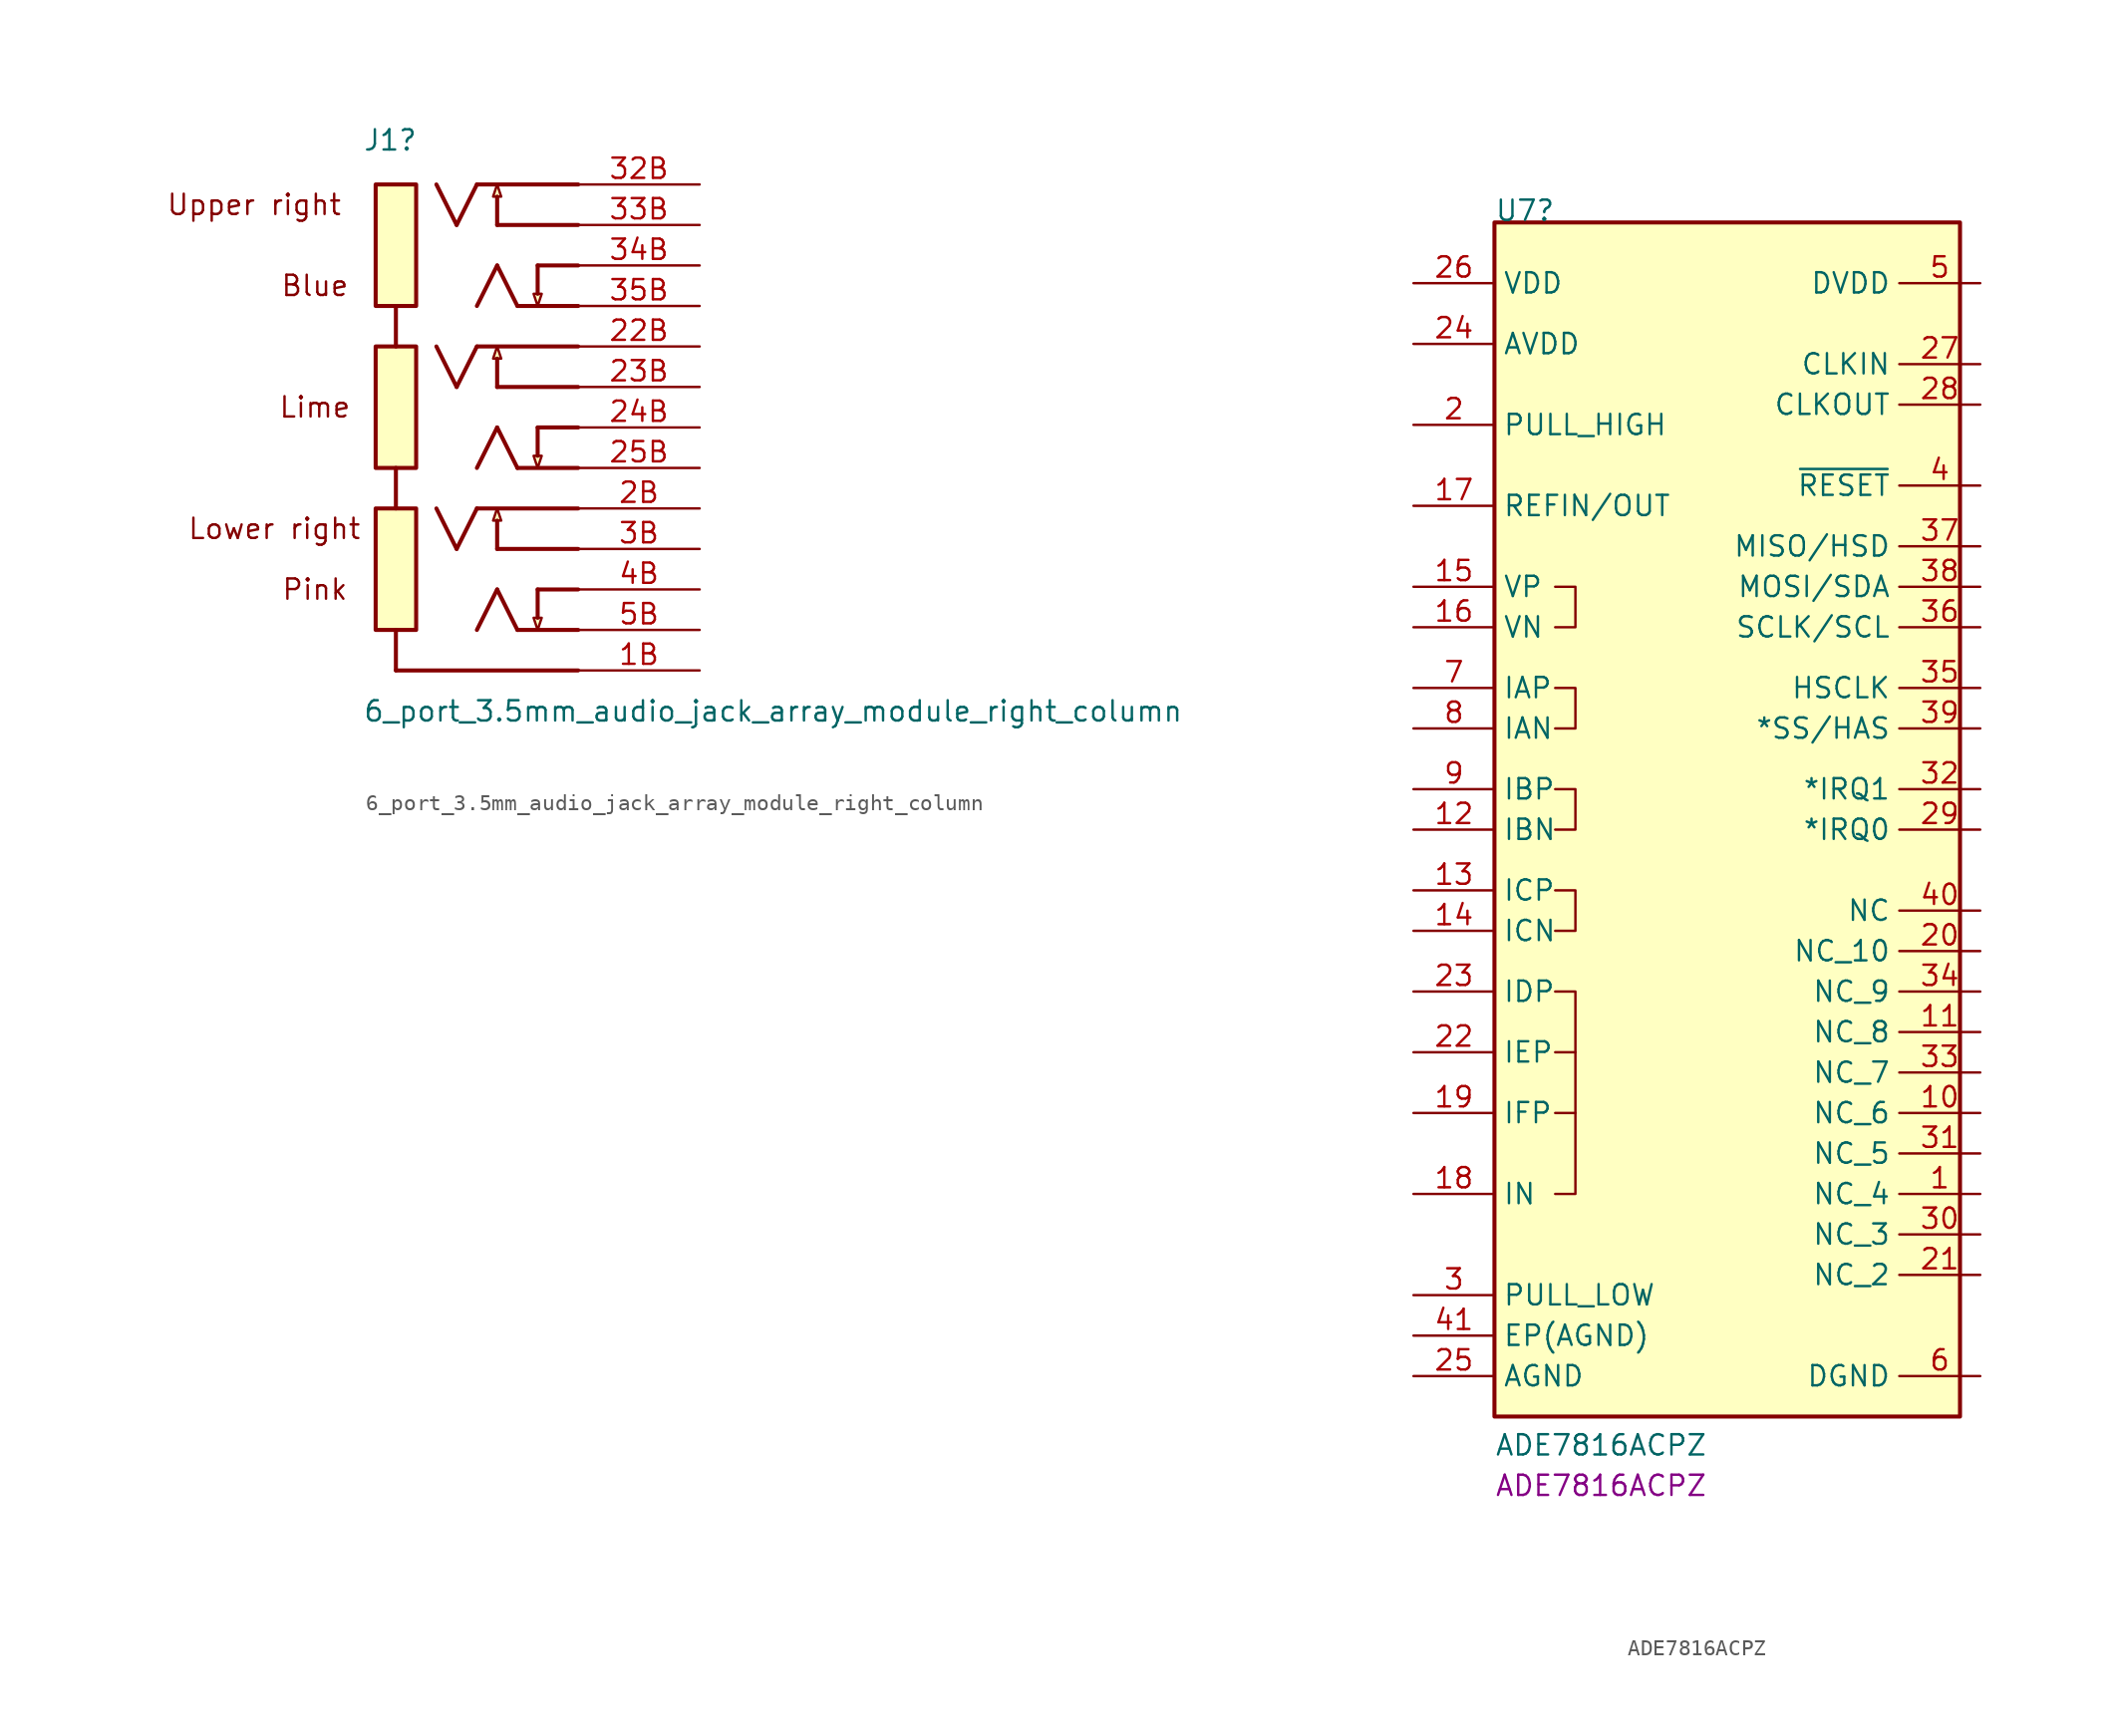
<source format=kicad_sym>
(kicad_symbol_lib
  (version 20211014)
  (generator kicad_symbol_editor)
  (symbol "6_port_3.5mm_audio_jack_array_module_right_column"
    (property "Reference" "J1"
      (at -21.135 2.032 0)
      (effects (font (size 1.27 1.27)) (justify left bottom)))
    (property "Value" "6_port_3.5mm_audio_jack_array_module_right_column"
      (at -21.135 -33.782 0)
      (effects (font (size 1.27 1.27)) (justify left bottom)))
    (symbol "6_port_3.5mm_audio_jack_array_module_right_column_1_0"
      (rectangle (start -17.78 -20.32) (end -20.32 -27.94) (stroke (width 0.254) (type default) (color 0 0 0 0)) (fill (type background)))
      (rectangle (start -17.78 -10.16) (end -20.32 -17.78) (stroke (width 0.254) (type default) (color 0 0 0 0)) (fill (type background)))
      (rectangle (start -17.78 0) (end -20.32 -7.62) (stroke (width 0.254) (type default) (color 0 0 0 0)) (fill (type background)))
      (polyline (pts (xy -19.05 -27.94) (xy -19.05 -30.48)) (stroke (width 0.254) (type default) (color 0 0 0 0)) (fill (type none)))
      (polyline (pts (xy -19.05 -20.32) (xy -19.05 -17.78)) (stroke (width 0.254) (type default) (color 0 0 0 0)) (fill (type none)))
      (polyline (pts (xy -19.05 -7.62) (xy -19.05 -10.16)) (stroke (width 0.254) (type default) (color 0 0 0 0)) (fill (type none)))
      (polyline (pts (xy -15.24 -22.86) (xy -16.51 -20.32)) (stroke (width 0.254) (type default) (color 0 0 0 0)) (fill (type none)))
      (polyline (pts (xy -15.24 -12.7) (xy -16.51 -10.16)) (stroke (width 0.254) (type default) (color 0 0 0 0)) (fill (type none)))
      (polyline (pts (xy -15.24 -2.54) (xy -16.51 0)) (stroke (width 0.254) (type default) (color 0 0 0 0)) (fill (type none)))
      (polyline (pts (xy -13.97 -20.32) (xy -15.24 -22.86)) (stroke (width 0.254) (type default) (color 0 0 0 0)) (fill (type none)))
      (polyline (pts (xy -13.97 -10.16) (xy -15.24 -12.7)) (stroke (width 0.254) (type default) (color 0 0 0 0)) (fill (type none)))
      (polyline (pts (xy -13.97 0) (xy -15.24 -2.54)) (stroke (width 0.254) (type default) (color 0 0 0 0)) (fill (type none)))
      (polyline (pts (xy -12.7 -25.4) (xy -13.97 -27.94)) (stroke (width 0.254) (type default) (color 0 0 0 0)) (fill (type none)))
      (polyline (pts (xy -12.7 -22.86) (xy -12.7 -21.082)) (stroke (width 0.254) (type default) (color 0 0 0 0)) (fill (type none)))
      (polyline (pts (xy -12.7 -15.24) (xy -13.97 -17.78)) (stroke (width 0.254) (type default) (color 0 0 0 0)) (fill (type none)))
      (polyline (pts (xy -12.7 -12.7) (xy -12.7 -10.922)) (stroke (width 0.254) (type default) (color 0 0 0 0)) (fill (type none)))
      (polyline (pts (xy -12.7 -5.08) (xy -13.97 -7.62)) (stroke (width 0.254) (type default) (color 0 0 0 0)) (fill (type none)))
      (polyline (pts (xy -12.7 -2.54) (xy -12.7 -0.762)) (stroke (width 0.254) (type default) (color 0 0 0 0)) (fill (type none)))
      (polyline (pts (xy -11.43 -27.94) (xy -12.7 -25.4)) (stroke (width 0.254) (type default) (color 0 0 0 0)) (fill (type none)))
      (polyline (pts (xy -11.43 -17.78) (xy -12.7 -15.24)) (stroke (width 0.254) (type default) (color 0 0 0 0)) (fill (type none)))
      (polyline (pts (xy -11.43 -7.62) (xy -12.7 -5.08)) (stroke (width 0.254) (type default) (color 0 0 0 0)) (fill (type none)))
      (polyline (pts (xy -10.16 -25.4) (xy -10.16 -27.178)) (stroke (width 0.254) (type default) (color 0 0 0 0)) (fill (type none)))
      (polyline (pts (xy -10.16 -15.24) (xy -10.16 -17.018)) (stroke (width 0.254) (type default) (color 0 0 0 0)) (fill (type none)))
      (polyline (pts (xy -10.16 -5.08) (xy -10.16 -6.858)) (stroke (width 0.254) (type default) (color 0 0 0 0)) (fill (type none)))
      (polyline (pts (xy -7.62 -30.48) (xy -19.05 -30.48)) (stroke (width 0.254) (type default) (color 0 0 0 0)) (fill (type none)))
      (polyline (pts (xy -7.62 -27.94) (xy -11.43 -27.94)) (stroke (width 0.254) (type default) (color 0 0 0 0)) (fill (type none)))
      (polyline (pts (xy -7.62 -25.4) (xy -10.16 -25.4)) (stroke (width 0.254) (type default) (color 0 0 0 0)) (fill (type none)))
      (polyline (pts (xy -7.62 -22.86) (xy -12.7 -22.86)) (stroke (width 0.254) (type default) (color 0 0 0 0)) (fill (type none)))
      (polyline (pts (xy -7.62 -20.32) (xy -13.97 -20.32)) (stroke (width 0.254) (type default) (color 0 0 0 0)) (fill (type none)))
      (polyline (pts (xy -7.62 -17.78) (xy -11.43 -17.78)) (stroke (width 0.254) (type default) (color 0 0 0 0)) (fill (type none)))
      (polyline (pts (xy -7.62 -15.24) (xy -10.16 -15.24)) (stroke (width 0.254) (type default) (color 0 0 0 0)) (fill (type none)))
      (polyline (pts (xy -7.62 -12.7) (xy -12.7 -12.7)) (stroke (width 0.254) (type default) (color 0 0 0 0)) (fill (type none)))
      (polyline (pts (xy -7.62 -10.16) (xy -13.97 -10.16)) (stroke (width 0.254) (type default) (color 0 0 0 0)) (fill (type none)))
      (polyline (pts (xy -7.62 -7.62) (xy -11.43 -7.62)) (stroke (width 0.254) (type default) (color 0 0 0 0)) (fill (type none)))
      (polyline (pts (xy -7.62 -5.08) (xy -10.16 -5.08)) (stroke (width 0.254) (type default) (color 0 0 0 0)) (fill (type none)))
      (polyline (pts (xy -7.62 -2.54) (xy -12.7 -2.54)) (stroke (width 0.254) (type default) (color 0 0 0 0)) (fill (type none)))
      (polyline (pts (xy -7.62 0) (xy -13.97 0)) (stroke (width 0.254) (type default) (color 0 0 0 0)) (fill (type none)))
      (polyline (pts (xy -12.7 -20.32) (xy -12.446 -21.082) (xy -12.954 -21.082) (xy -12.7 -20.32)) (stroke (width 0) (type default) (color 0 0 0 0)) (fill (type background)))
      (polyline (pts (xy -12.7 -10.16) (xy -12.446 -10.922) (xy -12.954 -10.922) (xy -12.7 -10.16)) (stroke (width 0) (type default) (color 0 0 0 0)) (fill (type background)))
      (polyline (pts (xy -12.7 0) (xy -12.446 -0.762) (xy -12.954 -0.762) (xy -12.7 0)) (stroke (width 0) (type default) (color 0 0 0 0)) (fill (type background)))
      (polyline (pts (xy -10.16 -27.94) (xy -10.414 -27.178) (xy -9.906 -27.178) (xy -10.16 -27.94)) (stroke (width 0) (type default) (color 0 0 0 0)) (fill (type background)))
      (polyline (pts (xy -10.16 -17.78) (xy -10.414 -17.018) (xy -9.906 -17.018) (xy -10.16 -17.78)) (stroke (width 0) (type default) (color 0 0 0 0)) (fill (type background)))
      (polyline (pts (xy -10.16 -7.62) (xy -10.414 -6.858) (xy -9.906 -6.858) (xy -10.16 -7.62)) (stroke (width 0) (type default) (color 0 0 0 0)) (fill (type background)))
      (text "Blue" (at -24.13 -6.35 0) (effects (font (size 1.27 1.27))))
      (text "Lime" (at -24.13 -13.97 0) (effects (font (size 1.27 1.27))))
      (text "Pink" (at -24.13 -25.4 0) (effects (font (size 1.27 1.27))))
      (pin passive line (at 0 -30.48 180) (length 7.62) (name "1B" (effects (font (size 0 0)))) (number "1B" (effects (font (size 1.27 1.27)))))
      (pin passive line (at 0 -10.16 180) (length 7.62) (name "22B" (effects (font (size 0 0)))) (number "22B" (effects (font (size 1.27 1.27)))))
      (pin passive line (at 0 -12.7 180) (length 7.62) (name "23B" (effects (font (size 0 0)))) (number "23B" (effects (font (size 1.27 1.27)))))
      (pin passive line (at 0 -15.24 180) (length 7.62) (name "24B" (effects (font (size 0 0)))) (number "24B" (effects (font (size 1.27 1.27)))))
      (pin passive line (at 0 -17.78 180) (length 7.62) (name "25B" (effects (font (size 0 0)))) (number "25B" (effects (font (size 1.27 1.27)))))
      (pin passive line (at 0 -20.32 180) (length 7.62) (name "2B" (effects (font (size 0 0)))) (number "2B" (effects (font (size 1.27 1.27)))))
      (pin passive line (at 0 0 180) (length 7.62) (name "32B" (effects (font (size 0 0)))) (number "32B" (effects (font (size 1.27 1.27)))))
      (pin passive line (at 0 -2.54 180) (length 7.62) (name "33B" (effects (font (size 0 0)))) (number "33B" (effects (font (size 1.27 1.27)))))
      (pin passive line (at 0 -5.08 180) (length 7.62) (name "34B" (effects (font (size 0 0)))) (number "34B" (effects (font (size 1.27 1.27)))))
      (pin passive line (at 0 -7.62 180) (length 7.62) (name "35B" (effects (font (size 0 0)))) (number "35B" (effects (font (size 1.27 1.27)))))
      (pin passive line (at 0 -22.86 180) (length 7.62) (name "3B" (effects (font (size 0 0)))) (number "3B" (effects (font (size 1.27 1.27)))))
      (pin passive line (at 0 -25.4 180) (length 7.62) (name "4B" (effects (font (size 0 0)))) (number "4B" (effects (font (size 1.27 1.27)))))
      (pin passive line (at 0 -27.94 180) (length 7.62) (name "5B" (effects (font (size 0 0)))) (number "5B" (effects (font (size 1.27 1.27))))))
    (symbol "6_port_3.5mm_audio_jack_array_module_right_column_1_1"
      (text "Lower right" (at -26.67 -21.59 0) (effects (font (size 1.27 1.27))))
      (text "Upper right" (at -27.94 -1.27 0) (effects (font (size 1.27 1.27))))))
  (symbol "ADE7816ACPZ"
    (property "Reference" "U7"
      (at -13.97 38.1 0)
      (effects (font (size 1.27 1.27)) (justify left bottom)))
    (property "Value" "ADE7816ACPZ"
      (at -13.97 -39.37 0)
      (effects (font (size 1.27 1.27)) (justify left bottom)))
    (property "MP" "ADE7816ACPZ"
      (at -13.97 -41.91 0)
      (effects (font (size 1.27 1.27)) (justify left bottom)))
    (symbol "ADE7816ACPZ_0_1"
      (polyline (pts (xy -10.16 -17.78) (xy -8.89 -17.78)) (stroke (width 0) (type default) (color 0 0 0 0)) (fill (type none)))
      (polyline (pts (xy -10.16 -13.97) (xy -8.89 -13.97)) (stroke (width 0) (type default) (color 0 0 0 0)) (fill (type none)))
      (polyline (pts (xy -10.16 -10.16) (xy -8.89 -10.16) (xy -8.89 -22.86) (xy -10.16 -22.86)) (stroke (width 0) (type default) (color 0 0 0 0)) (fill (type none)))
      (polyline (pts (xy -10.16 -3.81) (xy -8.89 -3.81) (xy -8.89 -6.35) (xy -10.16 -6.35)) (stroke (width 0) (type default) (color 0 0 0 0)) (fill (type none)))
      (polyline (pts (xy -10.16 2.54) (xy -8.89 2.54) (xy -8.89 0) (xy -10.16 0)) (stroke (width 0) (type default) (color 0 0 0 0)) (fill (type none)))
      (polyline (pts (xy -10.16 8.89) (xy -8.89 8.89) (xy -8.89 6.35) (xy -10.16 6.35)) (stroke (width 0) (type default) (color 0 0 0 0)) (fill (type none)))
      (polyline (pts (xy -10.16 15.24) (xy -8.89 15.24) (xy -8.89 12.7) (xy -10.16 12.7)) (stroke (width 0) (type default) (color 0 0 0 0)) (fill (type none))))
    (symbol "ADE7816ACPZ_1_0"
      (rectangle (start -13.97 38.1) (end 15.24 -36.83) (stroke (width 0.254) (type default) (color 0 0 0 0)) (fill (type background)))
      (pin passive line (at 16.51 -22.86 180) (length 5.08) (name "NC_4" (effects (font (size 1.27 1.27)))) (number "1" (effects (font (size 1.27 1.27)))))
      (pin passive line (at 16.51 -17.78 180) (length 5.08) (name "NC_6" (effects (font (size 1.27 1.27)))) (number "10" (effects (font (size 1.27 1.27)))))
      (pin passive line (at 16.51 -12.7 180) (length 5.08) (name "NC_8" (effects (font (size 1.27 1.27)))) (number "11" (effects (font (size 1.27 1.27)))))
      (pin passive line (at -19.05 0 0) (length 5.08) (name "IBN" (effects (font (size 1.27 1.27)))) (number "12" (effects (font (size 1.27 1.27)))))
      (pin passive line (at -19.05 -3.81 0) (length 5.08) (name "ICP" (effects (font (size 1.27 1.27)))) (number "13" (effects (font (size 1.27 1.27)))))
      (pin passive line (at -19.05 -6.35 0) (length 5.08) (name "ICN" (effects (font (size 1.27 1.27)))) (number "14" (effects (font (size 1.27 1.27)))))
      (pin passive line (at -19.05 15.24 0) (length 5.08) (name "VP" (effects (font (size 1.27 1.27)))) (number "15" (effects (font (size 1.27 1.27)))))
      (pin passive line (at -19.05 12.7 0) (length 5.08) (name "VN" (effects (font (size 1.27 1.27)))) (number "16" (effects (font (size 1.27 1.27)))))
      (pin passive line (at -19.05 20.32 0) (length 5.08) (name "REFIN/OUT" (effects (font (size 1.27 1.27)))) (number "17" (effects (font (size 1.27 1.27)))))
      (pin passive line (at -19.05 -22.86 0) (length 5.08) (name "IN" (effects (font (size 1.27 1.27)))) (number "18" (effects (font (size 1.27 1.27)))))
      (pin passive line (at -19.05 -17.78 0) (length 5.08) (name "IFP" (effects (font (size 1.27 1.27)))) (number "19" (effects (font (size 1.27 1.27)))))
      (pin passive line (at -19.05 25.4 0) (length 5.08) (name "PULL_HIGH" (effects (font (size 1.27 1.27)))) (number "2" (effects (font (size 1.27 1.27)))))
      (pin passive line (at 16.51 -7.62 180) (length 5.08) (name "NC_10" (effects (font (size 1.27 1.27)))) (number "20" (effects (font (size 1.27 1.27)))))
      (pin passive line (at 16.51 -27.94 180) (length 5.08) (name "NC_2" (effects (font (size 1.27 1.27)))) (number "21" (effects (font (size 1.27 1.27)))))
      (pin passive line (at -19.05 -13.97 0) (length 5.08) (name "IEP" (effects (font (size 1.27 1.27)))) (number "22" (effects (font (size 1.27 1.27)))))
      (pin passive line (at -19.05 -10.16 0) (length 5.08) (name "IDP" (effects (font (size 1.27 1.27)))) (number "23" (effects (font (size 1.27 1.27)))))
      (pin passive line (at -19.05 30.48 0) (length 5.08) (name "AVDD" (effects (font (size 1.27 1.27)))) (number "24" (effects (font (size 1.27 1.27)))))
      (pin passive line (at -19.05 -34.29 0) (length 5.08) (name "AGND" (effects (font (size 1.27 1.27)))) (number "25" (effects (font (size 1.27 1.27)))))
      (pin passive line (at -19.05 34.29 0) (length 5.08) (name "VDD" (effects (font (size 1.27 1.27)))) (number "26" (effects (font (size 1.27 1.27)))))
      (pin passive line (at 16.51 29.21 180) (length 5.08) (name "CLKIN" (effects (font (size 1.27 1.27)))) (number "27" (effects (font (size 1.27 1.27)))))
      (pin passive line (at 16.51 26.67 180) (length 5.08) (name "CLKOUT" (effects (font (size 1.27 1.27)))) (number "28" (effects (font (size 1.27 1.27)))))
      (pin passive line (at 16.51 0 180) (length 5.08) (name "*IRQ0" (effects (font (size 1.27 1.27)))) (number "29" (effects (font (size 1.27 1.27)))))
      (pin passive line (at -19.05 -29.21 0) (length 5.08) (name "PULL_LOW" (effects (font (size 1.27 1.27)))) (number "3" (effects (font (size 1.27 1.27)))))
      (pin passive line (at 16.51 -25.4 180) (length 5.08) (name "NC_3" (effects (font (size 1.27 1.27)))) (number "30" (effects (font (size 1.27 1.27)))))
      (pin passive line (at 16.51 -20.32 180) (length 5.08) (name "NC_5" (effects (font (size 1.27 1.27)))) (number "31" (effects (font (size 1.27 1.27)))))
      (pin passive line (at 16.51 2.54 180) (length 5.08) (name "*IRQ1" (effects (font (size 1.27 1.27)))) (number "32" (effects (font (size 1.27 1.27)))))
      (pin passive line (at 16.51 -15.24 180) (length 5.08) (name "NC_7" (effects (font (size 1.27 1.27)))) (number "33" (effects (font (size 1.27 1.27)))))
      (pin passive line (at 16.51 -10.16 180) (length 5.08) (name "NC_9" (effects (font (size 1.27 1.27)))) (number "34" (effects (font (size 1.27 1.27)))))
      (pin passive line (at 16.51 8.89 180) (length 5.08) (name "HSCLK" (effects (font (size 1.27 1.27)))) (number "35" (effects (font (size 1.27 1.27)))))
      (pin passive line (at 16.51 12.7 180) (length 5.08) (name "SCLK/SCL" (effects (font (size 1.27 1.27)))) (number "36" (effects (font (size 1.27 1.27)))))
      (pin passive line (at 16.51 17.78 180) (length 5.08) (name "MISO/HSD" (effects (font (size 1.27 1.27)))) (number "37" (effects (font (size 1.27 1.27)))))
      (pin passive line (at 16.51 15.24 180) (length 5.08) (name "MOSI/SDA" (effects (font (size 1.27 1.27)))) (number "38" (effects (font (size 1.27 1.27)))))
      (pin passive line (at 16.51 6.35 180) (length 5.08) (name "*SS/HAS" (effects (font (size 1.27 1.27)))) (number "39" (effects (font (size 1.27 1.27)))))
      (pin passive line (at 16.51 21.59 180) (length 5.08) (name "~{RESET}" (effects (font (size 1.27 1.27)))) (number "4" (effects (font (size 1.27 1.27)))))
      (pin passive line (at 16.51 -5.08 180) (length 5.08) (name "NC" (effects (font (size 1.27 1.27)))) (number "40" (effects (font (size 1.27 1.27)))))
      (pin passive line (at -19.05 -31.75 0) (length 5.08) (name "EP(AGND)" (effects (font (size 1.27 1.27)))) (number "41" (effects (font (size 1.27 1.27)))))
      (pin passive line (at 16.51 34.29 180) (length 5.08) (name "DVDD" (effects (font (size 1.27 1.27)))) (number "5" (effects (font (size 1.27 1.27)))))
      (pin passive line (at 16.51 -34.29 180) (length 5.08) (name "DGND" (effects (font (size 1.27 1.27)))) (number "6" (effects (font (size 1.27 1.27)))))
      (pin passive line (at -19.05 8.89 0) (length 5.08) (name "IAP" (effects (font (size 1.27 1.27)))) (number "7" (effects (font (size 1.27 1.27)))))
      (pin passive line (at -19.05 6.35 0) (length 5.08) (name "IAN" (effects (font (size 1.27 1.27)))) (number "8" (effects (font (size 1.27 1.27)))))
      (pin passive line (at -19.05 2.54 0) (length 5.08) (name "IBP" (effects (font (size 1.27 1.27)))) (number "9" (effects (font (size 1.27 1.27))))))))
</source>
